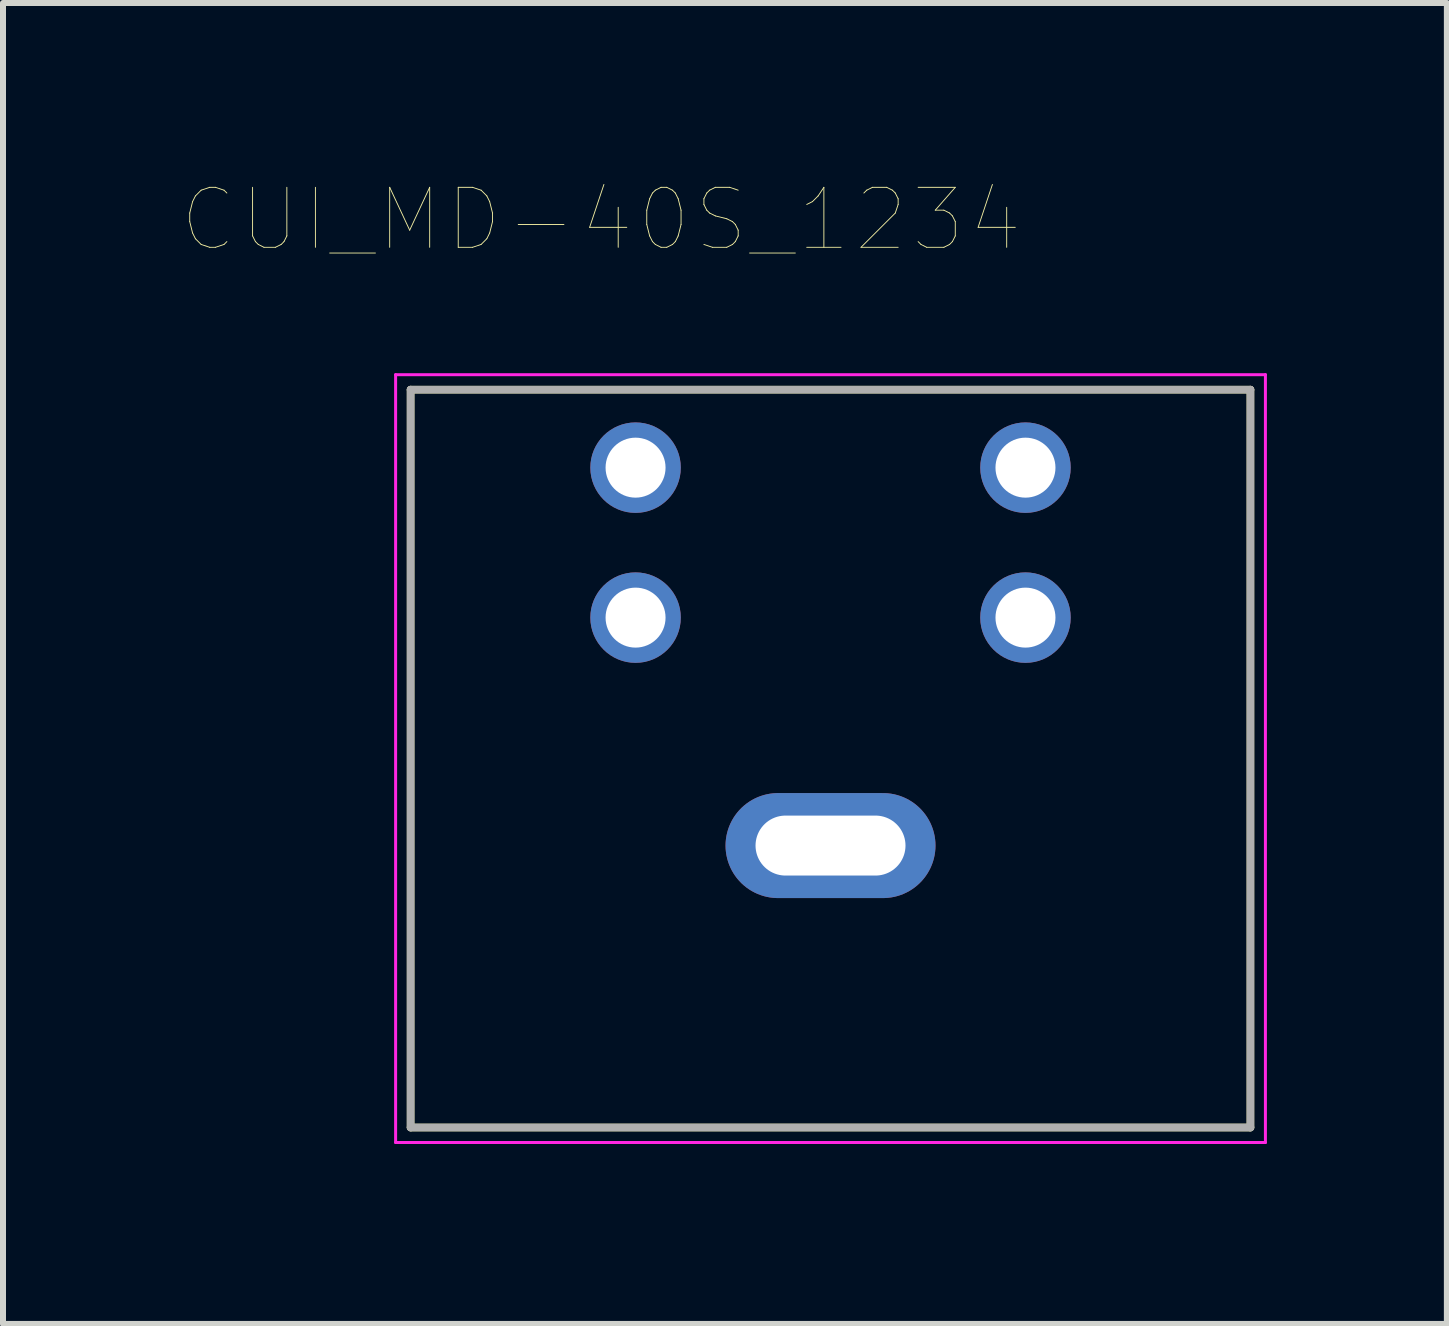
<source format=kicad_pcb>
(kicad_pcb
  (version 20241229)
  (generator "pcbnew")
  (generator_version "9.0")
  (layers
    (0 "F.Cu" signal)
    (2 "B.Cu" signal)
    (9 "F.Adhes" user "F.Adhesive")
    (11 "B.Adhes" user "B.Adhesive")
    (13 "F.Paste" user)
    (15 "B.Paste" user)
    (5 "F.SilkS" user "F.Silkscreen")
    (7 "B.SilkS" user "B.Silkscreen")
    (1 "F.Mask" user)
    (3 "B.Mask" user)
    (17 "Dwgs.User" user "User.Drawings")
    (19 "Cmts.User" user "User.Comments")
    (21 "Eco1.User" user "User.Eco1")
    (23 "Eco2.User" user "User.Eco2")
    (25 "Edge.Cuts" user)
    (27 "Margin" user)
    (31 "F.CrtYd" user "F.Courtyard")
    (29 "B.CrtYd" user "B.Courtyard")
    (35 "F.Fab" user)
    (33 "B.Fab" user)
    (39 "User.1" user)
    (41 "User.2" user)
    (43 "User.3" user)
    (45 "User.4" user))
  (footprint "CUI_MD-40S_1234"
    (layer "F.Cu")
    (at 10.795 9.596)
    (property "Reference" "CUI_MD-40S_1234" (at -3.825 -8.985 0) (layer "F.SilkS") (effects (font (size 1 1) (thickness 0.015))))
    (attr through_hole)
    (fp_line (start -7 -6.15) (end 7 -6.15) (stroke (width 0.127) (type solid)) (layer "F.SilkS"))
    (fp_line (start -7 6.15) (end -7 -6.15) (stroke (width 0.127) (type solid)) (layer "F.SilkS"))
    (fp_line (start 7 6.15) (end -7 6.15) (stroke (width 0.127) (type solid)) (layer "F.SilkS"))
    (fp_line (start 7 6.15) (end 7 -6.15) (stroke (width 0.127) (type solid)) (layer "F.SilkS"))
    (fp_line (start -7.25 -6.4) (end 7.25 -6.4) (stroke (width 0.05) (type solid)) (layer "F.CrtYd"))
    (fp_line (start -7.25 6.4) (end -7.25 -6.4) (stroke (width 0.05) (type solid)) (layer "F.CrtYd"))
    (fp_line (start 7.25 -6.4) (end 7.25 6.4) (stroke (width 0.05) (type solid)) (layer "F.CrtYd"))
    (fp_line (start 7.25 6.4) (end -7.25 6.4) (stroke (width 0.05) (type solid)) (layer "F.CrtYd"))
    (fp_line (start -7 -6.15) (end 7 -6.15) (stroke (width 0.127) (type solid)) (layer "F.Fab"))
    (fp_line (start -7 6.15) (end -7 -6.15) (stroke (width 0.127) (type solid)) (layer "F.Fab"))
    (fp_line (start 7 -6.15) (end 7 6.15) (stroke (width 0.127) (type solid)) (layer "F.Fab"))
    (fp_line (start 7 6.15) (end -7 6.15) (stroke (width 0.127) (type solid)) (layer "F.Fab"))
    (pad "1" thru_hole circle (at 3.25 -2.35) (size 1.508 1.508) (drill 1) (layers "*.Cu" "*.Mask"))
    (pad "2" thru_hole circle (at -3.25 -2.35) (size 1.508 1.508) (drill 1) (layers "*.Cu" "*.Mask"))
    (pad "3" thru_hole circle (at 3.25 -4.85) (size 1.508 1.508) (drill 1) (layers "*.Cu" "*.Mask"))
    (pad "4" thru_hole circle (at -3.25 -4.85) (size 1.508 1.508) (drill 1) (layers "*.Cu" "*.Mask"))
    (pad "S1" thru_hole oval (at 0 1.45) (size 3.5 1.75) (drill oval 2.5 1) (layers "*.Cu" "*.Mask")))
  (gr_rect
    (start -3 -3)
    (end 21.07 19.021)
    (stroke (width 0.1) (type default))
    (fill no)
    (layer "Edge.Cuts")))
</source>
